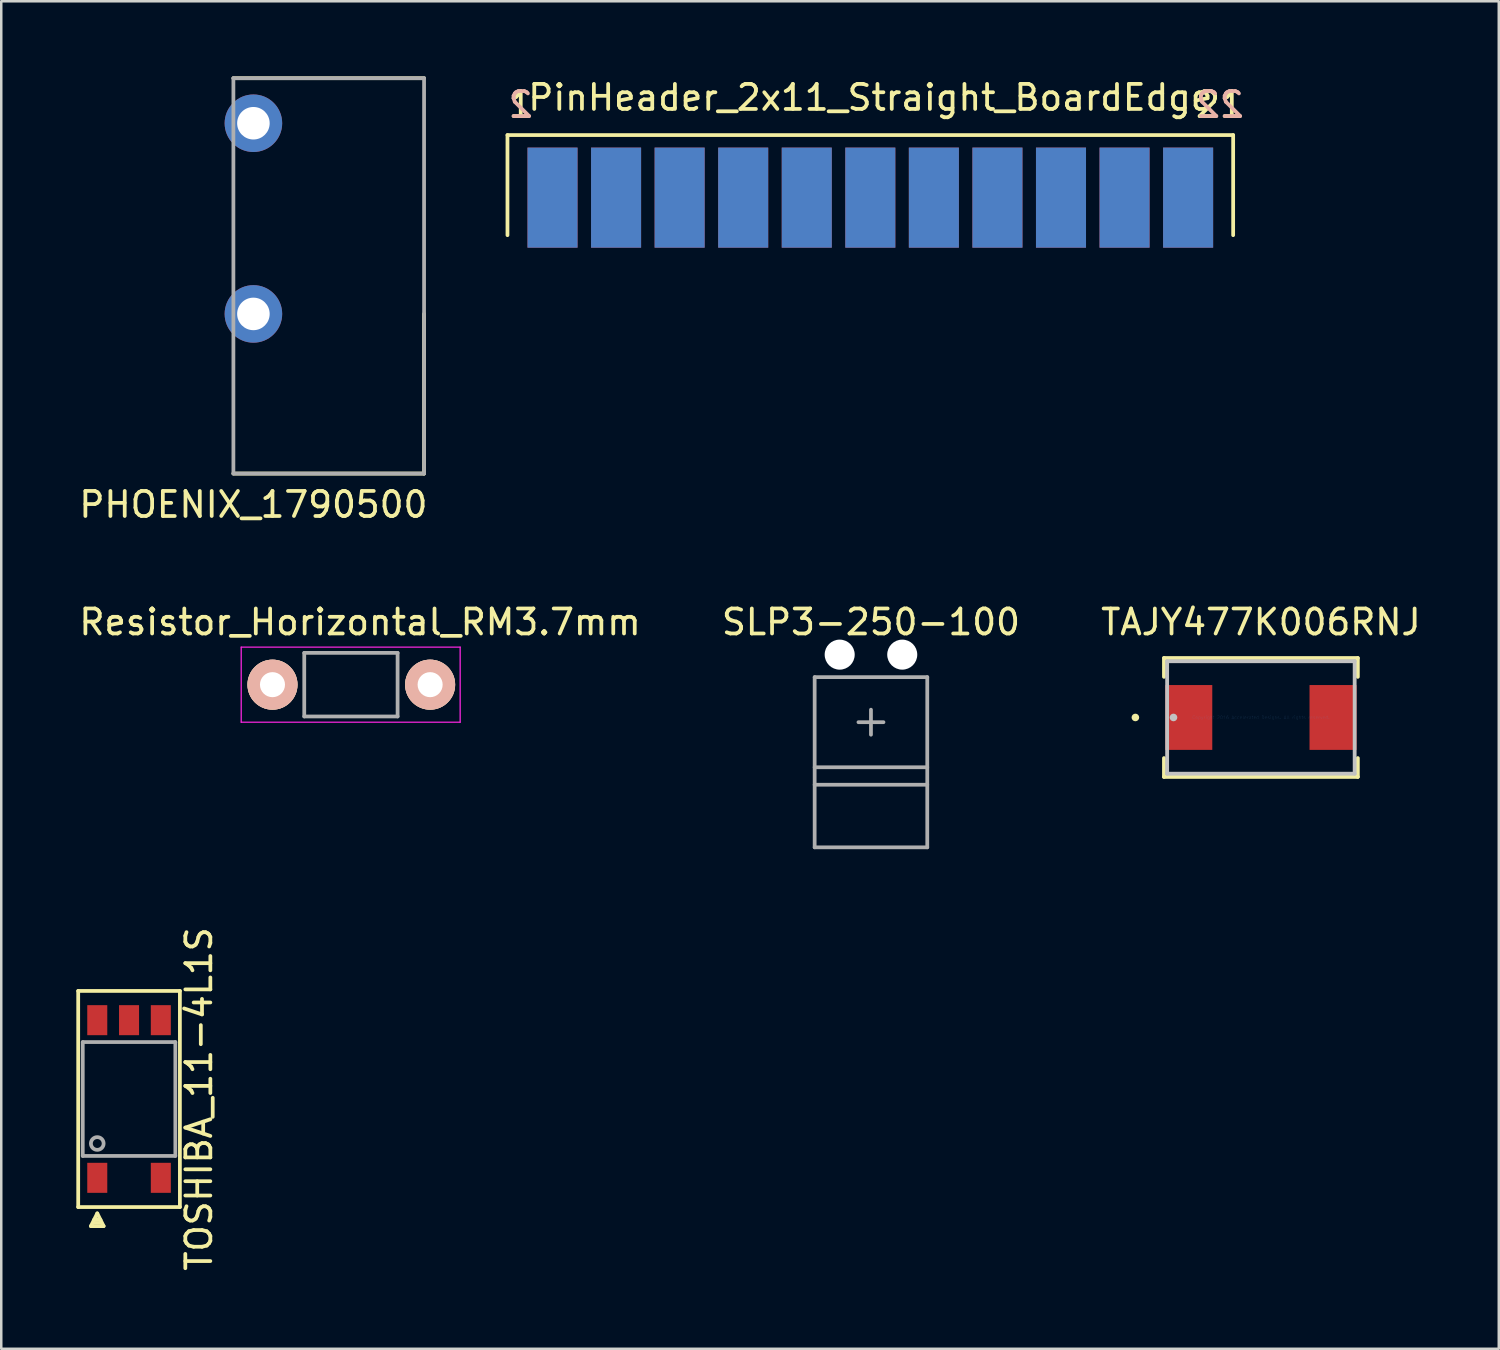
<source format=kicad_pcb>
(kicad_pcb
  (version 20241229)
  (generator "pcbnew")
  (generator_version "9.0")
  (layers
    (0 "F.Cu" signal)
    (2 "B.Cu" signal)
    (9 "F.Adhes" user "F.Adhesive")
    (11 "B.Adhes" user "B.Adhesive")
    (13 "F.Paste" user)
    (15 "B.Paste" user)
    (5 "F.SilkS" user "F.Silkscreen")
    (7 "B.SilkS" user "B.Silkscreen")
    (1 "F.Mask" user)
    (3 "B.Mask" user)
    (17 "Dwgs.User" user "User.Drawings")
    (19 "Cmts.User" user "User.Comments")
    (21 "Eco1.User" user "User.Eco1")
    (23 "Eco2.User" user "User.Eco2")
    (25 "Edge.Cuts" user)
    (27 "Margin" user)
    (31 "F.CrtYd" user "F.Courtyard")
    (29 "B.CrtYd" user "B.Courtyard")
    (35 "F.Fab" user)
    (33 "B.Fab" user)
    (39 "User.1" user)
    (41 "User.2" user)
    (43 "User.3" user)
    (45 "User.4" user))
  (footprint "SLP3-250-100"
    (layer "F.Cu")
    (at 31.756 25.811)
    (property "Reference" "SLP3-250-100" (at 0 -4 0) (layer "F.SilkS") (effects (font (size 1 1) (thickness 0.15))))
    (attr through_hole)
    (fp_line (start -2.25 -1.8) (end -2.25 5) (stroke (width 0.15) (type solid)) (layer "F.Fab"))
    (fp_line (start -2.25 -1.8) (end 2.25 -1.8) (stroke (width 0.15) (type solid)) (layer "F.Fab"))
    (fp_line (start -2.25 1.8) (end 2.25 1.8) (stroke (width 0.15) (type solid)) (layer "F.Fab"))
    (fp_line (start -2.25 2.5) (end 2.25 2.5) (stroke (width 0.15) (type solid)) (layer "F.Fab"))
    (fp_line (start -2.25 5) (end 2.25 5) (stroke (width 0.15) (type solid)) (layer "F.Fab"))
    (fp_line (start -0.5 0) (end 0.5 0) (stroke (width 0.15) (type solid)) (layer "F.Fab"))
    (fp_line (start 0 -0.5) (end 0 0.5) (stroke (width 0.15) (type solid)) (layer "F.Fab"))
    (fp_line (start 2.25 -1.8) (end 2.25 5) (stroke (width 0.15) (type solid)) (layer "F.Fab"))
    (pad "" np_thru_hole circle (at -1.25 -2.7) (size 1.2 1.2) (drill 1.2) (layers "*.Cu" "*.Mask"))
    (pad "" np_thru_hole circle (at 1.25 -2.7) (size 1.2 1.2) (drill 1.2) (layers "*.Cu" "*.Mask")))
  (footprint "TOSHIBA_11-4L1S"
    (layer "F.Cu")
    (at 2.107 40.869)
    (property "Reference" "TOSHIBA_11-4L1S" (at 2.794 0 90) (layer "F.SilkS") (effects (font (size 1 1) (thickness 0.15))))
    (attr through_hole)
    (fp_line (start -2.032 -4.318) (end 2.032 -4.318) (stroke (width 0.15) (type solid)) (layer "F.SilkS"))
    (fp_line (start -2.032 4.318) (end -2.032 -4.318) (stroke (width 0.15) (type solid)) (layer "F.SilkS"))
    (fp_line (start -1.524 5.08) (end -1.016 5.08) (stroke (width 0.15) (type solid)) (layer "F.SilkS"))
    (fp_line (start -1.397 4.953) (end -1.143 4.953) (stroke (width 0.15) (type solid)) (layer "F.SilkS"))
    (fp_line (start -1.27 4.572) (end -1.524 5.08) (stroke (width 0.15) (type solid)) (layer "F.SilkS"))
    (fp_line (start -1.143 4.826) (end -1.397 4.826) (stroke (width 0.15) (type solid)) (layer "F.SilkS"))
    (fp_line (start -1.016 5.08) (end -1.27 4.572) (stroke (width 0.15) (type solid)) (layer "F.SilkS"))
    (fp_line (start 2.032 -4.318) (end 2.032 4.318) (stroke (width 0.15) (type solid)) (layer "F.SilkS"))
    (fp_line (start 2.032 4.318) (end -2.032 4.318) (stroke (width 0.15) (type solid)) (layer "F.SilkS"))
    (fp_line (start -1.85 -2.275) (end 1.85 -2.275) (stroke (width 0.15) (type solid)) (layer "F.Fab"))
    (fp_line (start -1.85 2.275) (end -1.85 -2.275) (stroke (width 0.15) (type solid)) (layer "F.Fab"))
    (fp_line (start 1.85 -2.275) (end 1.85 2.275) (stroke (width 0.15) (type solid)) (layer "F.Fab"))
    (fp_line (start 1.85 2.275) (end -1.85 2.275) (stroke (width 0.15) (type solid)) (layer "F.Fab"))
    (fp_circle (center -1.27 1.778) (end -1.016 1.778) (stroke (width 0.15) (type solid)) (fill no) (layer "F.Fab"))
    (pad "1" smd rect (at -1.27 3.15) (size 0.8 1.2) (layers "F.Cu" "F.Mask" "F.Paste"))
    (pad "3" smd rect (at 1.27 3.15) (size 0.8 1.2) (layers "F.Cu" "F.Mask" "F.Paste"))
    (pad "4" smd rect (at 1.27 -3.15) (size 0.8 1.2) (layers "F.Cu" "F.Mask" "F.Paste"))
    (pad "5" smd rect (at 0 -3.15) (size 0.8 1.2) (layers "F.Cu" "F.Mask" "F.Paste"))
    (pad "6" smd rect (at -1.27 -3.15) (size 0.8 1.2) (layers "F.Cu" "F.Mask" "F.Paste")))
  (footprint "PHOENIX_1790500"
    (layer "F.Cu")
    (at 7.077 9.495)
    (property "Reference" "PHOENIX_1790500" (at 0 7.62 0) (layer "F.SilkS") (effects (font (size 1 1) (thickness 0.15))))
    (attr through_hole)
    (fp_line (start -0.8 -9.42) (end 6.82 -9.42) (stroke (width 0.15) (type solid)) (layer "F.SilkS"))
    (fp_line (start -0.8 6.38) (end 6.82 6.38) (stroke (width 0.15) (type solid)) (layer "F.SilkS"))
    (fp_line (start 6.82 6.38) (end 6.82 0) (stroke (width 0.15) (type solid)) (layer "F.SilkS"))
    (fp_line (start -0.8 -9.42) (end 6.82 -9.42) (stroke (width 0.15) (type solid)) (layer "F.Fab"))
    (fp_line (start -0.8 6.38) (end -0.8 -9.42) (stroke (width 0.15) (type solid)) (layer "F.Fab"))
    (fp_line (start -0.8 6.38) (end 6.82 6.38) (stroke (width 0.15) (type solid)) (layer "F.Fab"))
    (fp_line (start 6.82 6.38) (end 6.82 -9.42) (stroke (width 0.15) (type solid)) (layer "F.Fab"))
    (pad "1" thru_hole circle (at 0 -7.62) (size 2.3 2.3) (drill 1.3) (layers "*.Cu" "*.Mask"))
    (pad "1" thru_hole circle (at 0 0) (size 2.3 2.3) (drill 1.3) (layers "*.Cu" "*.Mask")))
  (footprint "PinHeader_2x11_Straight_BoardEdge"
    (layer "F.Cu")
    (at 31.73 6.848)
    (property "Reference" "PinHeader_2x11_Straight_BoardEdge" (at 0 -6 0) (layer "F.SilkS") (effects (font (size 1 1) (thickness 0.15))))
    (attr through_hole)
    (fp_line (start -14.5 -4.5) (end 14.5 -4.5) (stroke (width 0.15) (type solid)) (layer "F.SilkS"))
    (fp_line (start -14.5 -0.5) (end -14.5 -4.5) (stroke (width 0.15) (type solid)) (layer "F.SilkS"))
    (fp_line (start 14.5 -4.5) (end 14.5 -0.5) (stroke (width 0.15) (type solid)) (layer "F.SilkS"))
    (fp_text user "21" (at 13.97 -5.715 0) (layer "F.SilkS") (effects (font (size 1 1) (thickness 0.15))))
    (fp_text user "1" (at -13.97 -5.715 0) (layer "F.SilkS") (effects (font (size 1 1) (thickness 0.15))))
    (fp_text user "22" (at 13.97 -5.715 0) (layer "B.SilkS") (effects (font (size 1 1) (thickness 0.15)) (justify mirror)))
    (fp_text user "2" (at -13.97 -5.715 0) (layer "B.SilkS") (effects (font (size 1 1) (thickness 0.15)) (justify mirror)))
    (pad "1" smd rect (at -12.7 -2) (size 2 4) (layers "F.Cu" "F.Mask" "F.Paste"))
    (pad "2" smd rect (at -12.7 -2) (size 2 4) (layers "B.Cu" "B.Mask" "B.Paste"))
    (pad "3" smd rect (at -10.16 -2) (size 2 4) (layers "F.Cu" "F.Mask" "F.Paste"))
    (pad "4" smd rect (at -10.16 -2) (size 2 4) (layers "B.Cu" "B.Mask" "B.Paste"))
    (pad "5" smd rect (at -7.62 -2) (size 2 4) (layers "F.Cu" "F.Mask" "F.Paste"))
    (pad "6" smd rect (at -7.62 -2) (size 2 4) (layers "B.Cu" "B.Mask" "B.Paste"))
    (pad "7" smd rect (at -5.08 -2) (size 2 4) (layers "F.Cu" "F.Mask" "F.Paste"))
    (pad "8" smd rect (at -5.08 -2) (size 2 4) (layers "B.Cu" "B.Mask" "B.Paste"))
    (pad "9" smd rect (at -2.54 -2) (size 2 4) (layers "F.Cu" "F.Mask" "F.Paste"))
    (pad "10" smd rect (at -2.54 -2) (size 2 4) (layers "B.Cu" "B.Mask" "B.Paste"))
    (pad "11" smd rect (at 0 -2) (size 2 4) (layers "F.Cu" "F.Mask" "F.Paste"))
    (pad "12" smd rect (at 0 -2) (size 2 4) (layers "B.Cu" "B.Mask" "B.Paste"))
    (pad "13" smd rect (at 2.54 -2) (size 2 4) (layers "F.Cu" "F.Mask" "F.Paste"))
    (pad "14" smd rect (at 2.54 -2) (size 2 4) (layers "B.Cu" "B.Mask" "B.Paste"))
    (pad "15" smd rect (at 5.08 -2) (size 2 4) (layers "F.Cu" "F.Mask" "F.Paste"))
    (pad "16" smd rect (at 5.08 -2) (size 2 4) (layers "B.Cu" "B.Mask" "B.Paste"))
    (pad "17" smd rect (at 7.62 -2) (size 2 4) (layers "F.Cu" "F.Mask" "F.Paste"))
    (pad "18" smd rect (at 7.62 -2) (size 2 4) (layers "B.Cu" "B.Mask" "B.Paste"))
    (pad "19" smd rect (at 10.16 -2) (size 2 4) (layers "F.Cu" "F.Mask" "F.Paste"))
    (pad "20" smd rect (at 10.16 -2) (size 2 4) (layers "B.Cu" "B.Mask" "B.Paste"))
    (pad "21" smd rect (at 12.7 -2) (size 2 4) (layers "F.Cu" "F.Mask" "F.Paste"))
    (pad "22" smd rect (at 12.7 -2) (size 2 4) (layers "B.Cu" "B.Mask" "B.Paste")))
  (footprint "TAJY477K006RNJ"
    (layer "F.Cu")
    (at 47.339 25.622)
    (property "Reference" "TAJY477K006RNJ" (at 0 -3.81 0) (layer "F.SilkS") (effects (font (size 1 1) (thickness 0.15))))
    (attr through_hole)
    (fp_line (start -3.873 -2.375) (end -3.873 -1.624) (stroke (width 0.152) (type solid)) (layer "F.SilkS"))
    (fp_line (start -3.873 1.624) (end -3.873 2.375) (stroke (width 0.152) (type solid)) (layer "F.SilkS"))
    (fp_line (start -3.873 2.375) (end 3.873 2.375) (stroke (width 0.152) (type solid)) (layer "F.SilkS"))
    (fp_line (start 3.873 -2.375) (end -3.873 -2.375) (stroke (width 0.152) (type solid)) (layer "F.SilkS"))
    (fp_line (start 3.873 -1.624) (end 3.873 -2.375) (stroke (width 0.152) (type solid)) (layer "F.SilkS"))
    (fp_line (start 3.873 2.375) (end 3.873 1.624) (stroke (width 0.152) (type solid)) (layer "F.SilkS"))
    (fp_circle (center -5.016 0) (end -4.94 0) (stroke (width 0.152) (type solid)) (fill no) (layer "F.SilkS"))
    (fp_line (start -3.747 -2.248) (end -3.747 2.248) (stroke (width 0.152) (type solid)) (layer "Dwgs.User"))
    (fp_line (start -3.747 2.248) (end 3.747 2.248) (stroke (width 0.152) (type solid)) (layer "Dwgs.User"))
    (fp_line (start 3.747 -2.248) (end -3.747 -2.248) (stroke (width 0.152) (type solid)) (layer "Dwgs.User"))
    (fp_line (start 3.747 2.248) (end 3.747 -2.248) (stroke (width 0.152) (type solid)) (layer "Dwgs.User"))
    (fp_circle (center -3.493 0) (end -3.416 0) (stroke (width 0.152) (type solid)) (fill no) (layer "Dwgs.User"))
    (fp_text user "Copyright 2016 Accelerated Designs. All rights reserved." (at 0 0 0) (layer "Cmts.User") (effects (font (size 0.127 0.127) (thickness 0.002))))
    (pad "1" smd rect (at -2.883 0 90) (size 2.591 1.88) (layers "F.Cu" "F.Mask" "F.Paste"))
    (pad "2" smd rect (at 2.883 0 90) (size 2.591 1.88) (layers "F.Cu" "F.Mask" "F.Paste")))
  (footprint "Resistor_Horizontal_RM3.7mm"
    (layer "F.Cu")
    (at 7.839 24.311)
    (property "Reference" "Resistor_Horizontal_RM3.7mm" (at 3.5 -2.5 0) (layer "F.SilkS") (effects (font (size 1 1) (thickness 0.15))))
    (attr through_hole)
    (fp_line (start -1.25 -1.5) (end 7.5 -1.5) (stroke (width 0.05) (type solid)) (layer "F.CrtYd"))
    (fp_line (start -1.25 1.5) (end -1.25 -1.5) (stroke (width 0.05) (type solid)) (layer "F.CrtYd"))
    (fp_line (start -1.25 1.5) (end 7.5 1.5) (stroke (width 0.05) (type solid)) (layer "F.CrtYd"))
    (fp_line (start 7.5 -1.5) (end 7.5 1.5) (stroke (width 0.05) (type solid)) (layer "F.CrtYd"))
    (fp_line (start 1.27 -1.27) (end 5 -1.27) (stroke (width 0.15) (type solid)) (layer "F.Fab"))
    (fp_line (start 1.27 1.27) (end 1.27 -1.27) (stroke (width 0.15) (type solid)) (layer "F.Fab"))
    (fp_line (start 5 -1.27) (end 5 1.27) (stroke (width 0.15) (type solid)) (layer "F.Fab"))
    (fp_line (start 5 1.27) (end 1.27 1.27) (stroke (width 0.15) (type solid)) (layer "F.Fab"))
    (pad "1" thru_hole circle (at 0 0) (size 1.999 1.999) (drill 1.001) (layers "*.Cu" "*.SilkS" "*.Mask"))
    (pad "2" thru_hole circle (at 6.3 0) (size 1.999 1.999) (drill 1.001) (layers "*.Cu" "*.SilkS" "*.Mask")))
  (gr_rect
    (start -3 -3)
    (end 56.845 50.851)
    (stroke (width 0.1) (type default))
    (fill no)
    (layer "Edge.Cuts")))
</source>
